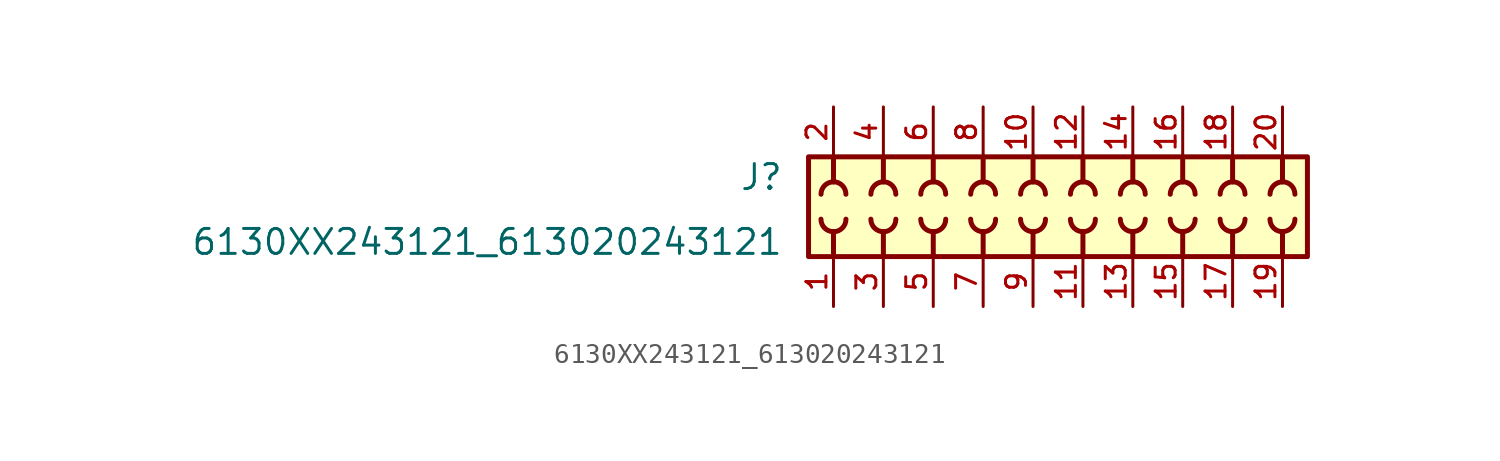
<source format=kicad_sym>
(kicad_symbol_lib
  (version 20211014)
  (generator kicad_symbol_editor)
  (symbol "6130XX243121_613020243121"
    (pin_names
      (offset 1.016))
    (property "Reference" "J"
      (at -12.7 0.762 0)
      (effects (font (size 1.27 1.27)) (justify bottom right)))
    (property "Value" "6130XX243121_613020243121"
      (at -12.7 -2.54 0)
      (effects (font (size 1.27 1.27)) (justify bottom right)))
    (symbol "6130XX243121_613020243121_0_0"
      (arc (start -7.62 -1.27) (mid -7.171 -1.084) (end -6.985 -0.635) (stroke (width 0.254) (type default) (color 0 0 0 0)) (fill (type none)))
      (arc (start -8.255 -0.635) (mid -8.069 -1.084) (end -7.62 -1.27) (stroke (width 0.254) (type default) (color 0 0 0 0)) (fill (type none)))
      (arc (start -10.16 -1.27) (mid -9.711 -1.084) (end -9.525 -0.635) (stroke (width 0.254) (type default) (color 0 0 0 0)) (fill (type none)))
      (arc (start -10.795 -0.635) (mid -10.609 -1.084) (end -10.16 -1.27) (stroke (width 0.254) (type default) (color 0 0 0 0)) (fill (type none)))
      (polyline (pts (xy -10.16 -1.27) (xy -10.16 -2.54)) (stroke (width 0.254)))
      (polyline (pts (xy -7.62 -1.27) (xy -7.62 -2.54)) (stroke (width 0.254)))
      (arc (start -10.16 1.27) (mid -10.609 1.084) (end -10.795 0.635) (stroke (width 0.254) (type default) (color 0 0 0 0)) (fill (type none)))
      (arc (start -9.525 0.635) (mid -9.711 1.084) (end -10.16 1.27) (stroke (width 0.254) (type default) (color 0 0 0 0)) (fill (type none)))
      (arc (start -7.62 1.27) (mid -8.069 1.084) (end -8.255 0.635) (stroke (width 0.254) (type default) (color 0 0 0 0)) (fill (type none)))
      (arc (start -6.985 0.635) (mid -7.171 1.084) (end -7.62 1.27) (stroke (width 0.254) (type default) (color 0 0 0 0)) (fill (type none)))
      (polyline (pts (xy -7.62 1.27) (xy -7.62 2.54)) (stroke (width 0.254)))
      (polyline (pts (xy -10.16 1.27) (xy -10.16 2.54)) (stroke (width 0.254)))
      (arc (start -5.08 -1.27) (mid -4.631 -1.084) (end -4.445 -0.635) (stroke (width 0.254) (type default) (color 0 0 0 0)) (fill (type none)))
      (arc (start -5.715 -0.635) (mid -5.529 -1.084) (end -5.08 -1.27) (stroke (width 0.254) (type default) (color 0 0 0 0)) (fill (type none)))
      (polyline (pts (xy -5.08 -1.27) (xy -5.08 -2.54)) (stroke (width 0.254)))
      (arc (start -5.08 1.27) (mid -5.529 1.084) (end -5.715 0.635) (stroke (width 0.254) (type default) (color 0 0 0 0)) (fill (type none)))
      (arc (start -4.445 0.635) (mid -4.631 1.084) (end -5.08 1.27) (stroke (width 0.254) (type default) (color 0 0 0 0)) (fill (type none)))
      (polyline (pts (xy -5.08 1.27) (xy -5.08 2.54)) (stroke (width 0.254)))
      (arc (start -2.54 -1.27) (mid -2.091 -1.084) (end -1.905 -0.635) (stroke (width 0.254) (type default) (color 0 0 0 0)) (fill (type none)))
      (arc (start -3.175 -0.635) (mid -2.989 -1.084) (end -2.54 -1.27) (stroke (width 0.254) (type default) (color 0 0 0 0)) (fill (type none)))
      (polyline (pts (xy -2.54 -1.27) (xy -2.54 -2.54)) (stroke (width 0.254)))
      (arc (start -2.54 1.27) (mid -2.989 1.084) (end -3.175 0.635) (stroke (width 0.254) (type default) (color 0 0 0 0)) (fill (type none)))
      (arc (start -1.905 0.635) (mid -2.091 1.084) (end -2.54 1.27) (stroke (width 0.254) (type default) (color 0 0 0 0)) (fill (type none)))
      (polyline (pts (xy -2.54 1.27) (xy -2.54 2.54)) (stroke (width 0.254)))
      (arc (start 0.0 -1.27) (mid 0.449 -1.084) (end 0.635 -0.635) (stroke (width 0.254) (type default) (color 0 0 0 0)) (fill (type none)))
      (arc (start -0.635 -0.635) (mid -0.449 -1.084) (end 0.0 -1.27) (stroke (width 0.254) (type default) (color 0 0 0 0)) (fill (type none)))
      (polyline (pts (xy 0.0 -1.27) (xy 0.0 -2.54)) (stroke (width 0.254)))
      (arc (start 0.0 1.27) (mid -0.449 1.084) (end -0.635 0.635) (stroke (width 0.254) (type default) (color 0 0 0 0)) (fill (type none)))
      (arc (start 0.635 0.635) (mid 0.449 1.084) (end 0.0 1.27) (stroke (width 0.254) (type default) (color 0 0 0 0)) (fill (type none)))
      (polyline (pts (xy 0.0 1.27) (xy 0.0 2.54)) (stroke (width 0.254)))
      (arc (start 2.54 -1.27) (mid 2.989 -1.084) (end 3.175 -0.635) (stroke (width 0.254) (type default) (color 0 0 0 0)) (fill (type none)))
      (arc (start 1.905 -0.635) (mid 2.091 -1.084) (end 2.54 -1.27) (stroke (width 0.254) (type default) (color 0 0 0 0)) (fill (type none)))
      (polyline (pts (xy 2.54 -1.27) (xy 2.54 -2.54)) (stroke (width 0.254)))
      (arc (start 2.54 1.27) (mid 2.091 1.084) (end 1.905 0.635) (stroke (width 0.254) (type default) (color 0 0 0 0)) (fill (type none)))
      (arc (start 3.175 0.635) (mid 2.989 1.084) (end 2.54 1.27) (stroke (width 0.254) (type default) (color 0 0 0 0)) (fill (type none)))
      (polyline (pts (xy 2.54 1.27) (xy 2.54 2.54)) (stroke (width 0.254)))
      (arc (start 5.08 1.27) (mid 4.631 1.084) (end 4.445 0.635) (stroke (width 0.254) (type default) (color 0 0 0 0)) (fill (type none)))
      (arc (start 5.715 0.635) (mid 5.529 1.084) (end 5.08 1.27) (stroke (width 0.254) (type default) (color 0 0 0 0)) (fill (type none)))
      (polyline (pts (xy 5.08 1.27) (xy 5.08 2.54)) (stroke (width 0.254)))
      (arc (start 5.08 -1.27) (mid 5.529 -1.084) (end 5.715 -0.635) (stroke (width 0.254) (type default) (color 0 0 0 0)) (fill (type none)))
      (arc (start 4.445 -0.635) (mid 4.631 -1.084) (end 5.08 -1.27) (stroke (width 0.254) (type default) (color 0 0 0 0)) (fill (type none)))
      (polyline (pts (xy 5.08 -1.27) (xy 5.08 -2.54)) (stroke (width 0.254)))
      (arc (start 7.62 1.27) (mid 7.171 1.084) (end 6.985 0.635) (stroke (width 0.254) (type default) (color 0 0 0 0)) (fill (type none)))
      (arc (start 8.255 0.635) (mid 8.069 1.084) (end 7.62 1.27) (stroke (width 0.254) (type default) (color 0 0 0 0)) (fill (type none)))
      (polyline (pts (xy 7.62 1.27) (xy 7.62 2.54)) (stroke (width 0.254)))
      (arc (start 7.62 -1.27) (mid 8.069 -1.084) (end 8.255 -0.635) (stroke (width 0.254) (type default) (color 0 0 0 0)) (fill (type none)))
      (arc (start 6.985 -0.635) (mid 7.171 -1.084) (end 7.62 -1.27) (stroke (width 0.254) (type default) (color 0 0 0 0)) (fill (type none)))
      (polyline (pts (xy 7.62 -1.27) (xy 7.62 -2.54)) (stroke (width 0.254)))
      (arc (start 10.16 1.27) (mid 9.711 1.084) (end 9.525 0.635) (stroke (width 0.254) (type default) (color 0 0 0 0)) (fill (type none)))
      (arc (start 10.795 0.635) (mid 10.609 1.084) (end 10.16 1.27) (stroke (width 0.254) (type default) (color 0 0 0 0)) (fill (type none)))
      (polyline (pts (xy 10.16 1.27) (xy 10.16 2.54)) (stroke (width 0.254)))
      (arc (start 10.16 -1.27) (mid 10.609 -1.084) (end 10.795 -0.635) (stroke (width 0.254) (type default) (color 0 0 0 0)) (fill (type none)))
      (arc (start 9.525 -0.635) (mid 9.711 -1.084) (end 10.16 -1.27) (stroke (width 0.254) (type default) (color 0 0 0 0)) (fill (type none)))
      (polyline (pts (xy 10.16 -1.27) (xy 10.16 -2.54)) (stroke (width 0.254)))
      (arc (start 12.7 1.27) (mid 12.251 1.084) (end 12.065 0.635) (stroke (width 0.254) (type default) (color 0 0 0 0)) (fill (type none)))
      (arc (start 13.335 0.635) (mid 13.149 1.084) (end 12.7 1.27) (stroke (width 0.254) (type default) (color 0 0 0 0)) (fill (type none)))
      (polyline (pts (xy 12.7 1.27) (xy 12.7 2.54)) (stroke (width 0.254)))
      (arc (start 12.7 -1.27) (mid 13.149 -1.084) (end 13.335 -0.635) (stroke (width 0.254) (type default) (color 0 0 0 0)) (fill (type none)))
      (arc (start 12.065 -0.635) (mid 12.251 -1.084) (end 12.7 -1.27) (stroke (width 0.254) (type default) (color 0 0 0 0)) (fill (type none)))
      (polyline (pts (xy 12.7 -1.27) (xy 12.7 -2.54)) (stroke (width 0.254)))
      (rectangle (start -11.43 -2.54) (end 13.97 2.54) (stroke (width 0.254)) (fill (type background)))
      (pin passive line (at -10.16 -5.08 90.0) (length 2.54) (name "~" (effects (font (size 1.016 1.016)))) (number "1" (effects (font (size 1.016 1.016)))))
      (pin passive line (at -10.16 5.08 270.0) (length 2.54) (name "~" (effects (font (size 1.016 1.016)))) (number "2" (effects (font (size 1.016 1.016)))))
      (pin passive line (at -7.62 -5.08 90.0) (length 2.54) (name "~" (effects (font (size 1.016 1.016)))) (number "3" (effects (font (size 1.016 1.016)))))
      (pin passive line (at -7.62 5.08 270.0) (length 2.54) (name "~" (effects (font (size 1.016 1.016)))) (number "4" (effects (font (size 1.016 1.016)))))
      (pin passive line (at -5.08 -5.08 90.0) (length 2.54) (name "~" (effects (font (size 1.016 1.016)))) (number "5" (effects (font (size 1.016 1.016)))))
      (pin passive line (at -5.08 5.08 270.0) (length 2.54) (name "~" (effects (font (size 1.016 1.016)))) (number "6" (effects (font (size 1.016 1.016)))))
      (pin passive line (at -2.54 -5.08 90.0) (length 2.54) (name "~" (effects (font (size 1.016 1.016)))) (number "7" (effects (font (size 1.016 1.016)))))
      (pin passive line (at -2.54 5.08 270.0) (length 2.54) (name "~" (effects (font (size 1.016 1.016)))) (number "8" (effects (font (size 1.016 1.016)))))
      (pin passive line (at 0.0 -5.08 90.0) (length 2.54) (name "~" (effects (font (size 1.016 1.016)))) (number "9" (effects (font (size 1.016 1.016)))))
      (pin passive line (at 0.0 5.08 270.0) (length 2.54) (name "~" (effects (font (size 1.016 1.016)))) (number "10" (effects (font (size 1.016 1.016)))))
      (pin passive line (at 2.54 -5.08 90.0) (length 2.54) (name "~" (effects (font (size 1.016 1.016)))) (number "11" (effects (font (size 1.016 1.016)))))
      (pin passive line (at 2.54 5.08 270.0) (length 2.54) (name "~" (effects (font (size 1.016 1.016)))) (number "12" (effects (font (size 1.016 1.016)))))
      (pin passive line (at 5.08 -5.08 90.0) (length 2.54) (name "~" (effects (font (size 1.016 1.016)))) (number "13" (effects (font (size 1.016 1.016)))))
      (pin passive line (at 5.08 5.08 270.0) (length 2.54) (name "~" (effects (font (size 1.016 1.016)))) (number "14" (effects (font (size 1.016 1.016)))))
      (pin passive line (at 7.62 -5.08 90.0) (length 2.54) (name "~" (effects (font (size 1.016 1.016)))) (number "15" (effects (font (size 1.016 1.016)))))
      (pin passive line (at 7.62 5.08 270.0) (length 2.54) (name "~" (effects (font (size 1.016 1.016)))) (number "16" (effects (font (size 1.016 1.016)))))
      (pin passive line (at 10.16 -5.08 90.0) (length 2.54) (name "~" (effects (font (size 1.016 1.016)))) (number "17" (effects (font (size 1.016 1.016)))))
      (pin passive line (at 10.16 5.08 270.0) (length 2.54) (name "~" (effects (font (size 1.016 1.016)))) (number "18" (effects (font (size 1.016 1.016)))))
      (pin passive line (at 12.7 -5.08 90.0) (length 2.54) (name "~" (effects (font (size 1.016 1.016)))) (number "19" (effects (font (size 1.016 1.016)))))
      (pin passive line (at 12.7 5.08 270.0) (length 2.54) (name "~" (effects (font (size 1.016 1.016)))) (number "20" (effects (font (size 1.016 1.016))))))))
</source>
